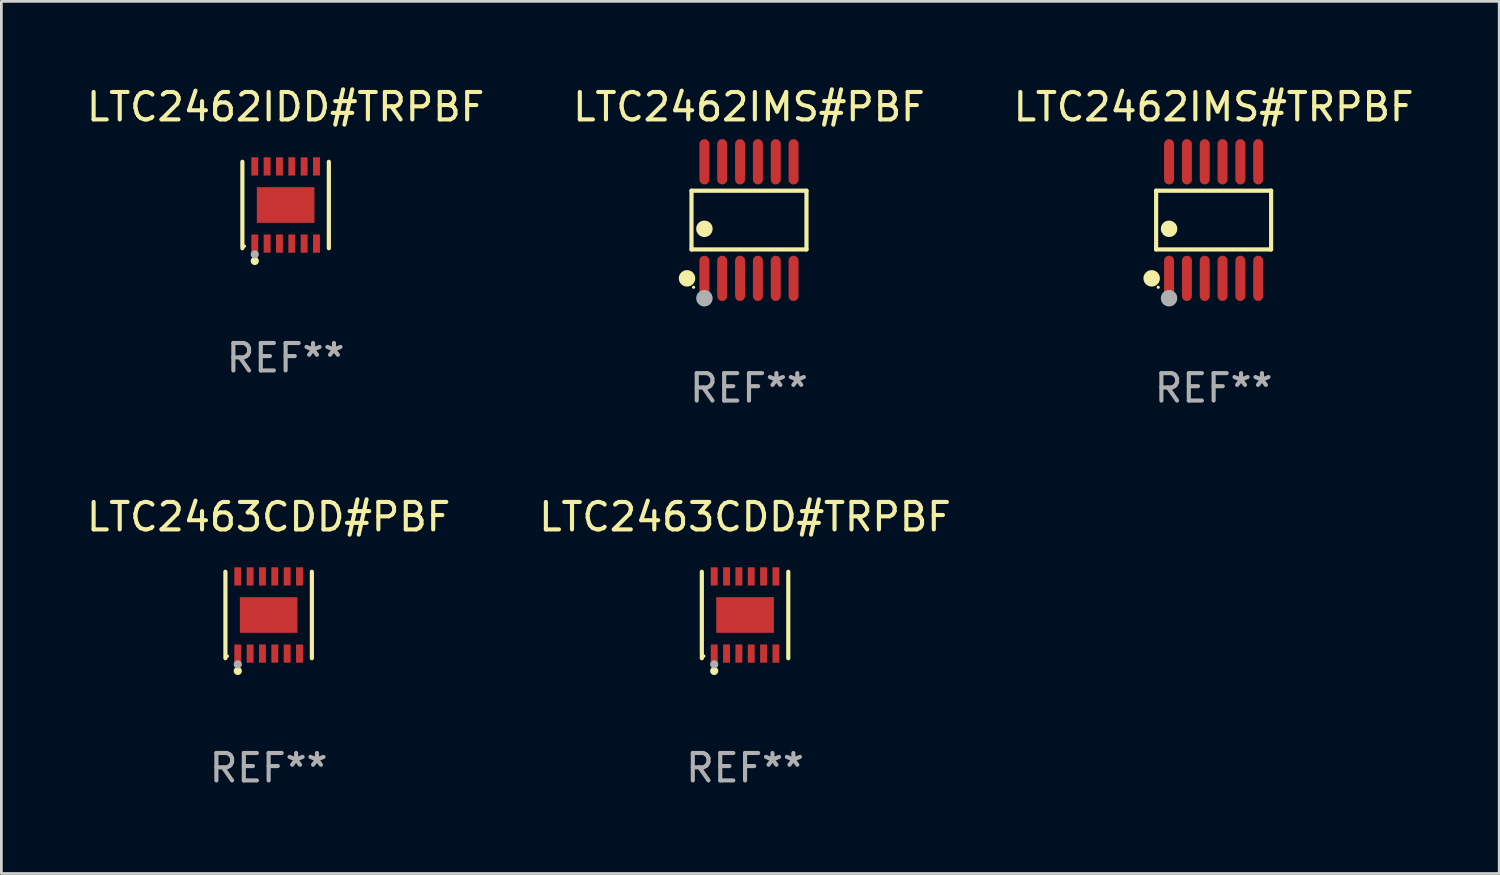
<source format=kicad_pcb>
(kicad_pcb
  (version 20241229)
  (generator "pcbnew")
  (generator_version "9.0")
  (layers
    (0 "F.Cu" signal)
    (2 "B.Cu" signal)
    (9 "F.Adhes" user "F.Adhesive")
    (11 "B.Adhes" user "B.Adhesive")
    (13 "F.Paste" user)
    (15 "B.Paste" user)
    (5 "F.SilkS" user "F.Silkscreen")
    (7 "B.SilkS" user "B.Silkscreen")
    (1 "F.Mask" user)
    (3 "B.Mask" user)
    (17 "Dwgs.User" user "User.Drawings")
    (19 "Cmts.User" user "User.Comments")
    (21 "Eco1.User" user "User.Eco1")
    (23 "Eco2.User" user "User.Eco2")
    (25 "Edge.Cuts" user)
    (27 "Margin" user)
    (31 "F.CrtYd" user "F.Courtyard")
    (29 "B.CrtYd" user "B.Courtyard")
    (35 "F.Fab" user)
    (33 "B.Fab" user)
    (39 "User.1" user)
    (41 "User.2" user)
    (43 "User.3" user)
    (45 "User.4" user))
  (footprint "LTC2463CDD#PBF"
    (layer "F.Cu")
    (at 6.744 19.371)
    (property "Reference" "LTC2463CDD#PBF" (at 0 -3.576 0) (layer "F.SilkS") (effects (font (size 1 1) (thickness 0.15))))
    (attr through_hole)
    (fp_line (start -1.576 1.576) (end -1.576 -1.576) (stroke (width 0.152) (type solid)) (layer "F.SilkS"))
    (fp_line (start 1.576 1.576) (end 1.576 -1.576) (stroke (width 0.152) (type solid)) (layer "F.SilkS"))
    (fp_circle (center -1.5 1.5) (end -1.47 1.5) (stroke (width 0.06) (type solid)) (fill no) (layer "F.SilkS"))
    (fp_circle (center -1.125 2.04) (end -1.05 2.04) (stroke (width 0.15) (type solid)) (fill no) (layer "F.SilkS"))
    (fp_circle (center -1.125 1.8) (end -1.05 1.8) (stroke (width 0.15) (type solid)) (fill no) (layer "F.Fab"))
    (fp_text user "REF**" (at 0 5.576 0) (layer "F.Fab") (effects (font (size 1 1) (thickness 0.15))))
    (pad "1" smd rect (at -1.125 1.407) (size 0.252 0.665) (layers "F.Cu" "F.Mask" "F.Paste"))
    (pad "2" smd rect (at -0.675 1.407) (size 0.252 0.665) (layers "F.Cu" "F.Mask" "F.Paste"))
    (pad "3" smd rect (at -0.225 1.407) (size 0.252 0.665) (layers "F.Cu" "F.Mask" "F.Paste"))
    (pad "4" smd rect (at 0.225 1.407) (size 0.252 0.665) (layers "F.Cu" "F.Mask" "F.Paste"))
    (pad "5" smd rect (at 0.675 1.407) (size 0.252 0.665) (layers "F.Cu" "F.Mask" "F.Paste"))
    (pad "6" smd rect (at 1.125 1.407) (size 0.252 0.665) (layers "F.Cu" "F.Mask" "F.Paste"))
    (pad "7" smd rect (at 1.125 -1.407) (size 0.252 0.665) (layers "F.Cu" "F.Mask" "F.Paste"))
    (pad "8" smd rect (at 0.675 -1.407) (size 0.252 0.665) (layers "F.Cu" "F.Mask" "F.Paste"))
    (pad "9" smd rect (at 0.225 -1.407) (size 0.252 0.665) (layers "F.Cu" "F.Mask" "F.Paste"))
    (pad "10" smd rect (at -0.225 -1.407) (size 0.252 0.665) (layers "F.Cu" "F.Mask" "F.Paste"))
    (pad "11" smd rect (at -0.675 -1.407) (size 0.252 0.665) (layers "F.Cu" "F.Mask" "F.Paste"))
    (pad "12" smd rect (at -1.125 -1.407) (size 0.252 0.665) (layers "F.Cu" "F.Mask" "F.Paste"))
    (pad "13" smd rect (at 0 0) (size 2.1 1.3) (layers "F.Cu" "F.Mask" "F.Paste")))
  (footprint "LTC2463CDD#TRPBF"
    (layer "F.Cu")
    (at 24.113 19.371)
    (property "Reference" "LTC2463CDD#TRPBF" (at 0 -3.576 0) (layer "F.SilkS") (effects (font (size 1 1) (thickness 0.15))))
    (attr through_hole)
    (fp_line (start -1.576 1.576) (end -1.576 -1.576) (stroke (width 0.152) (type solid)) (layer "F.SilkS"))
    (fp_line (start 1.576 1.576) (end 1.576 -1.576) (stroke (width 0.152) (type solid)) (layer "F.SilkS"))
    (fp_circle (center -1.5 1.5) (end -1.47 1.5) (stroke (width 0.06) (type solid)) (fill no) (layer "F.SilkS"))
    (fp_circle (center -1.125 2.04) (end -1.05 2.04) (stroke (width 0.15) (type solid)) (fill no) (layer "F.SilkS"))
    (fp_circle (center -1.125 1.8) (end -1.05 1.8) (stroke (width 0.15) (type solid)) (fill no) (layer "F.Fab"))
    (fp_text user "REF**" (at 0 5.576 0) (layer "F.Fab") (effects (font (size 1 1) (thickness 0.15))))
    (pad "1" smd rect (at -1.125 1.407) (size 0.252 0.665) (layers "F.Cu" "F.Mask" "F.Paste"))
    (pad "2" smd rect (at -0.675 1.407) (size 0.252 0.665) (layers "F.Cu" "F.Mask" "F.Paste"))
    (pad "3" smd rect (at -0.225 1.407) (size 0.252 0.665) (layers "F.Cu" "F.Mask" "F.Paste"))
    (pad "4" smd rect (at 0.225 1.407) (size 0.252 0.665) (layers "F.Cu" "F.Mask" "F.Paste"))
    (pad "5" smd rect (at 0.675 1.407) (size 0.252 0.665) (layers "F.Cu" "F.Mask" "F.Paste"))
    (pad "6" smd rect (at 1.125 1.407) (size 0.252 0.665) (layers "F.Cu" "F.Mask" "F.Paste"))
    (pad "7" smd rect (at 1.125 -1.407) (size 0.252 0.665) (layers "F.Cu" "F.Mask" "F.Paste"))
    (pad "8" smd rect (at 0.675 -1.407) (size 0.252 0.665) (layers "F.Cu" "F.Mask" "F.Paste"))
    (pad "9" smd rect (at 0.225 -1.407) (size 0.252 0.665) (layers "F.Cu" "F.Mask" "F.Paste"))
    (pad "10" smd rect (at -0.225 -1.407) (size 0.252 0.665) (layers "F.Cu" "F.Mask" "F.Paste"))
    (pad "11" smd rect (at -0.675 -1.407) (size 0.252 0.665) (layers "F.Cu" "F.Mask" "F.Paste"))
    (pad "12" smd rect (at -1.125 -1.407) (size 0.252 0.665) (layers "F.Cu" "F.Mask" "F.Paste"))
    (pad "13" smd rect (at 0 0) (size 2.1 1.3) (layers "F.Cu" "F.Mask" "F.Paste")))
  (footprint "LTC2462IDD#TRPBF"
    (layer "F.Cu")
    (at 7.363 4.424)
    (property "Reference" "LTC2462IDD#TRPBF" (at 0 -3.576 0) (layer "F.SilkS") (effects (font (size 1 1) (thickness 0.15))))
    (attr through_hole)
    (fp_line (start -1.576 1.576) (end -1.576 -1.576) (stroke (width 0.152) (type solid)) (layer "F.SilkS"))
    (fp_line (start 1.576 1.576) (end 1.576 -1.576) (stroke (width 0.152) (type solid)) (layer "F.SilkS"))
    (fp_circle (center -1.5 1.5) (end -1.47 1.5) (stroke (width 0.06) (type solid)) (fill no) (layer "F.SilkS"))
    (fp_circle (center -1.125 2.04) (end -1.05 2.04) (stroke (width 0.15) (type solid)) (fill no) (layer "F.SilkS"))
    (fp_circle (center -1.125 1.8) (end -1.05 1.8) (stroke (width 0.15) (type solid)) (fill no) (layer "F.Fab"))
    (fp_text user "REF**" (at 0 5.576 0) (layer "F.Fab") (effects (font (size 1 1) (thickness 0.15))))
    (pad "1" smd rect (at -1.125 1.407) (size 0.252 0.665) (layers "F.Cu" "F.Mask" "F.Paste"))
    (pad "2" smd rect (at -0.675 1.407) (size 0.252 0.665) (layers "F.Cu" "F.Mask" "F.Paste"))
    (pad "3" smd rect (at -0.225 1.407) (size 0.252 0.665) (layers "F.Cu" "F.Mask" "F.Paste"))
    (pad "4" smd rect (at 0.225 1.407) (size 0.252 0.665) (layers "F.Cu" "F.Mask" "F.Paste"))
    (pad "5" smd rect (at 0.675 1.407) (size 0.252 0.665) (layers "F.Cu" "F.Mask" "F.Paste"))
    (pad "6" smd rect (at 1.125 1.407) (size 0.252 0.665) (layers "F.Cu" "F.Mask" "F.Paste"))
    (pad "7" smd rect (at 1.125 -1.407) (size 0.252 0.665) (layers "F.Cu" "F.Mask" "F.Paste"))
    (pad "8" smd rect (at 0.675 -1.407) (size 0.252 0.665) (layers "F.Cu" "F.Mask" "F.Paste"))
    (pad "9" smd rect (at 0.225 -1.407) (size 0.252 0.665) (layers "F.Cu" "F.Mask" "F.Paste"))
    (pad "10" smd rect (at -0.225 -1.407) (size 0.252 0.665) (layers "F.Cu" "F.Mask" "F.Paste"))
    (pad "11" smd rect (at -0.675 -1.407) (size 0.252 0.665) (layers "F.Cu" "F.Mask" "F.Paste"))
    (pad "12" smd rect (at -1.125 -1.407) (size 0.252 0.665) (layers "F.Cu" "F.Mask" "F.Paste"))
    (pad "13" smd rect (at 0 0) (size 2.1 1.3) (layers "F.Cu" "F.Mask" "F.Paste")))
  (footprint "LTC2462IMS#TRPBF"
    (layer "F.Cu")
    (at 41.196 4.973)
    (property "Reference" "LTC2462IMS#TRPBF" (at 0 -4.125 0) (layer "F.SilkS") (effects (font (size 1 1) (thickness 0.15))))
    (attr through_hole)
    (fp_line (start -2.096 -1.071) (end 2.096 -1.071) (stroke (width 0.152) (type solid)) (layer "F.SilkS"))
    (fp_line (start -2.096 1.071) (end -2.096 -1.071) (stroke (width 0.152) (type solid)) (layer "F.SilkS"))
    (fp_line (start 2.096 -1.071) (end 2.096 1.071) (stroke (width 0.152) (type solid)) (layer "F.SilkS"))
    (fp_line (start 2.096 1.071) (end -2.096 1.071) (stroke (width 0.152) (type solid)) (layer "F.SilkS"))
    (fp_circle (center -2.259 2.125) (end -2.109 2.125) (stroke (width 0.3) (type solid)) (fill no) (layer "F.SilkS"))
    (fp_circle (center -2.02 2.45) (end -1.99 2.45) (stroke (width 0.06) (type solid)) (fill no) (layer "F.SilkS"))
    (fp_circle (center -1.625 0.319) (end -1.475 0.319) (stroke (width 0.3) (type solid)) (fill no) (layer "F.SilkS"))
    (fp_circle (center -1.625 2.85) (end -1.475 2.85) (stroke (width 0.3) (type solid)) (fill no) (layer "F.Fab"))
    (fp_text user "REF**" (at 0 6.125 0) (layer "F.Fab") (effects (font (size 1 1) (thickness 0.15))))
    (pad "1" smd oval (at -1.625 2.125) (size 0.364 1.65) (layers "F.Cu" "F.Mask" "F.Paste"))
    (pad "2" smd oval (at -0.975 2.125) (size 0.364 1.65) (layers "F.Cu" "F.Mask" "F.Paste"))
    (pad "3" smd oval (at -0.325 2.125) (size 0.364 1.65) (layers "F.Cu" "F.Mask" "F.Paste"))
    (pad "4" smd oval (at 0.325 2.125) (size 0.364 1.65) (layers "F.Cu" "F.Mask" "F.Paste"))
    (pad "5" smd oval (at 0.975 2.125) (size 0.364 1.65) (layers "F.Cu" "F.Mask" "F.Paste"))
    (pad "6" smd oval (at 1.625 2.125) (size 0.364 1.65) (layers "F.Cu" "F.Mask" "F.Paste"))
    (pad "7" smd oval (at 1.625 -2.125) (size 0.364 1.65) (layers "F.Cu" "F.Mask" "F.Paste"))
    (pad "8" smd oval (at 0.975 -2.125) (size 0.364 1.65) (layers "F.Cu" "F.Mask" "F.Paste"))
    (pad "9" smd oval (at 0.325 -2.125) (size 0.364 1.65) (layers "F.Cu" "F.Mask" "F.Paste"))
    (pad "10" smd oval (at -0.325 -2.125) (size 0.364 1.65) (layers "F.Cu" "F.Mask" "F.Paste"))
    (pad "11" smd oval (at -0.975 -2.125) (size 0.364 1.65) (layers "F.Cu" "F.Mask" "F.Paste"))
    (pad "12" smd oval (at -1.625 -2.125) (size 0.364 1.65) (layers "F.Cu" "F.Mask" "F.Paste")))
  (footprint "LTC2462IMS#PBF"
    (layer "F.Cu")
    (at 24.256 4.973)
    (property "Reference" "LTC2462IMS#PBF" (at 0 -4.125 0) (layer "F.SilkS") (effects (font (size 1 1) (thickness 0.15))))
    (attr through_hole)
    (fp_line (start -2.096 -1.071) (end 2.096 -1.071) (stroke (width 0.152) (type solid)) (layer "F.SilkS"))
    (fp_line (start -2.096 1.071) (end -2.096 -1.071) (stroke (width 0.152) (type solid)) (layer "F.SilkS"))
    (fp_line (start 2.096 -1.071) (end 2.096 1.071) (stroke (width 0.152) (type solid)) (layer "F.SilkS"))
    (fp_line (start 2.096 1.071) (end -2.096 1.071) (stroke (width 0.152) (type solid)) (layer "F.SilkS"))
    (fp_circle (center -2.259 2.125) (end -2.109 2.125) (stroke (width 0.3) (type solid)) (fill no) (layer "F.SilkS"))
    (fp_circle (center -2.02 2.45) (end -1.99 2.45) (stroke (width 0.06) (type solid)) (fill no) (layer "F.SilkS"))
    (fp_circle (center -1.625 0.319) (end -1.475 0.319) (stroke (width 0.3) (type solid)) (fill no) (layer "F.SilkS"))
    (fp_circle (center -1.625 2.85) (end -1.475 2.85) (stroke (width 0.3) (type solid)) (fill no) (layer "F.Fab"))
    (fp_text user "REF**" (at 0 6.125 0) (layer "F.Fab") (effects (font (size 1 1) (thickness 0.15))))
    (pad "1" smd oval (at -1.625 2.125) (size 0.364 1.65) (layers "F.Cu" "F.Mask" "F.Paste"))
    (pad "2" smd oval (at -0.975 2.125) (size 0.364 1.65) (layers "F.Cu" "F.Mask" "F.Paste"))
    (pad "3" smd oval (at -0.325 2.125) (size 0.364 1.65) (layers "F.Cu" "F.Mask" "F.Paste"))
    (pad "4" smd oval (at 0.325 2.125) (size 0.364 1.65) (layers "F.Cu" "F.Mask" "F.Paste"))
    (pad "5" smd oval (at 0.975 2.125) (size 0.364 1.65) (layers "F.Cu" "F.Mask" "F.Paste"))
    (pad "6" smd oval (at 1.625 2.125) (size 0.364 1.65) (layers "F.Cu" "F.Mask" "F.Paste"))
    (pad "7" smd oval (at 1.625 -2.125) (size 0.364 1.65) (layers "F.Cu" "F.Mask" "F.Paste"))
    (pad "8" smd oval (at 0.975 -2.125) (size 0.364 1.65) (layers "F.Cu" "F.Mask" "F.Paste"))
    (pad "9" smd oval (at 0.325 -2.125) (size 0.364 1.65) (layers "F.Cu" "F.Mask" "F.Paste"))
    (pad "10" smd oval (at -0.325 -2.125) (size 0.364 1.65) (layers "F.Cu" "F.Mask" "F.Paste"))
    (pad "11" smd oval (at -0.975 -2.125) (size 0.364 1.65) (layers "F.Cu" "F.Mask" "F.Paste"))
    (pad "12" smd oval (at -1.625 -2.125) (size 0.364 1.65) (layers "F.Cu" "F.Mask" "F.Paste")))
  (gr_rect
    (start -3 -3)
    (end 51.607 28.795)
    (stroke (width 0.1) (type default))
    (fill no)
    (layer "Edge.Cuts")))
</source>
